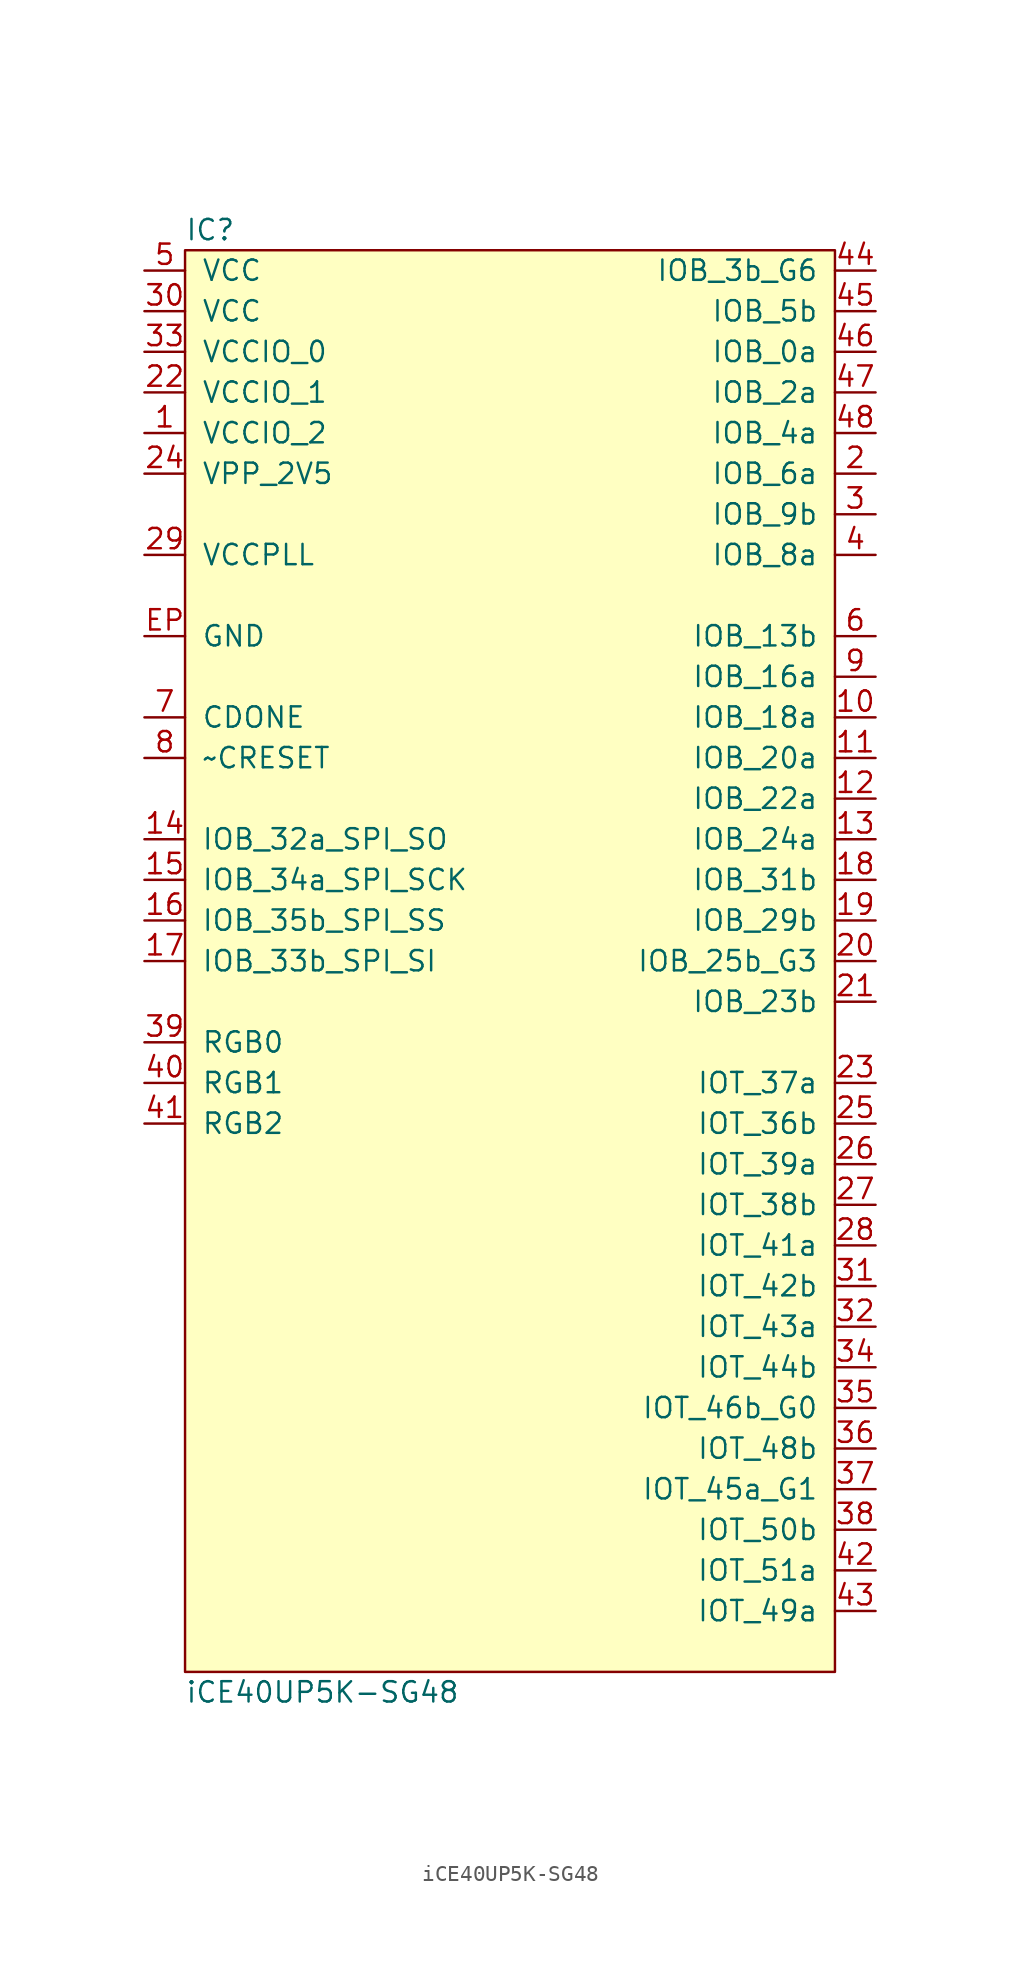
<source format=kicad_sym>
(kicad_symbol_lib
  (version 20211014)
  (generator agg_kicad.build_lib_ic)
  (symbol "iCE40UP5K-SG48"
    (pin_names
      (offset 1.016))
    (property Reference IC
      (at -20.32 45.72 0)
      (effects (font (size 1.27 1.27)) (justify left)))
    (property Value "iCE40UP5K-SG48"
      (at -20.32 -45.72 0)
      (effects (font (size 1.27 1.27)) (justify left)))
    (symbol "iCE40UP5K-SG48_0_0"
      (rectangle (start -20.32 44.45) (end 20.32 -44.45) (stroke (width 0) (type default) (color 0 0 0 0)) (fill (type background)))
      (pin power_in line (at -22.86 43.18 0) (length 2.54) (name VCC (effects (font (size 1.27 1.27)))) (number "5" (effects (font (size 1.27 1.27)))))
      (pin power_in line (at -22.86 40.64 0) (length 2.54) (name VCC (effects (font (size 1.27 1.27)))) (number "30" (effects (font (size 1.27 1.27)))))
      (pin power_in line (at -22.86 38.1 0) (length 2.54) (name "VCCIO_0" (effects (font (size 1.27 1.27)))) (number "33" (effects (font (size 1.27 1.27)))))
      (pin power_in line (at -22.86 35.56 0) (length 2.54) (name "VCCIO_1" (effects (font (size 1.27 1.27)))) (number "22" (effects (font (size 1.27 1.27)))))
      (pin power_in line (at -22.86 33.02 0) (length 2.54) (name "VCCIO_2" (effects (font (size 1.27 1.27)))) (number "1" (effects (font (size 1.27 1.27)))))
      (pin power_in line (at -22.86 30.48 0) (length 2.54) (name "VPP_2V5" (effects (font (size 1.27 1.27)))) (number "24" (effects (font (size 1.27 1.27)))))
      (pin power_in line (at -22.86 25.4 0) (length 2.54) (name VCCPLL (effects (font (size 1.27 1.27)))) (number "29" (effects (font (size 1.27 1.27)))))
      (pin power_in line (at -22.86 20.32 0) (length 2.54) (name GND (effects (font (size 1.27 1.27)))) (number EP (effects (font (size 1.27 1.27)))))
      (pin output line (at -22.86 15.24 0) (length 2.54) (name CDONE (effects (font (size 1.27 1.27)))) (number "7" (effects (font (size 1.27 1.27)))))
      (pin input line (at -22.86 12.7 0) (length 2.54) (name "~CRESET" (effects (font (size 1.27 1.27)))) (number "8" (effects (font (size 1.27 1.27)))))
      (pin bidirectional line (at -22.86 7.62 0) (length 2.54) (name "IOB_32a_SPI_SO" (effects (font (size 1.27 1.27)))) (number "14" (effects (font (size 1.27 1.27)))))
      (pin bidirectional line (at -22.86 5.08 0) (length 2.54) (name "IOB_34a_SPI_SCK" (effects (font (size 1.27 1.27)))) (number "15" (effects (font (size 1.27 1.27)))))
      (pin bidirectional line (at -22.86 2.54 0) (length 2.54) (name "IOB_35b_SPI_SS" (effects (font (size 1.27 1.27)))) (number "16" (effects (font (size 1.27 1.27)))))
      (pin bidirectional line (at -22.86 0 0) (length 2.54) (name "IOB_33b_SPI_SI" (effects (font (size 1.27 1.27)))) (number "17" (effects (font (size 1.27 1.27)))))
      (pin bidirectional line (at -22.86 -5.08 0) (length 2.54) (name "RGB0" (effects (font (size 1.27 1.27)))) (number "39" (effects (font (size 1.27 1.27)))))
      (pin bidirectional line (at -22.86 -7.62 0) (length 2.54) (name "RGB1" (effects (font (size 1.27 1.27)))) (number "40" (effects (font (size 1.27 1.27)))))
      (pin bidirectional line (at -22.86 -10.16 0) (length 2.54) (name "RGB2" (effects (font (size 1.27 1.27)))) (number "41" (effects (font (size 1.27 1.27)))))
      (pin bidirectional line (at 22.86 43.18 180) (length 2.54) (name "IOB_3b_G6" (effects (font (size 1.27 1.27)))) (number "44" (effects (font (size 1.27 1.27)))))
      (pin bidirectional line (at 22.86 40.64 180) (length 2.54) (name "IOB_5b" (effects (font (size 1.27 1.27)))) (number "45" (effects (font (size 1.27 1.27)))))
      (pin bidirectional line (at 22.86 38.1 180) (length 2.54) (name "IOB_0a" (effects (font (size 1.27 1.27)))) (number "46" (effects (font (size 1.27 1.27)))))
      (pin bidirectional line (at 22.86 35.56 180) (length 2.54) (name "IOB_2a" (effects (font (size 1.27 1.27)))) (number "47" (effects (font (size 1.27 1.27)))))
      (pin bidirectional line (at 22.86 33.02 180) (length 2.54) (name "IOB_4a" (effects (font (size 1.27 1.27)))) (number "48" (effects (font (size 1.27 1.27)))))
      (pin bidirectional line (at 22.86 30.48 180) (length 2.54) (name "IOB_6a" (effects (font (size 1.27 1.27)))) (number "2" (effects (font (size 1.27 1.27)))))
      (pin bidirectional line (at 22.86 27.94 180) (length 2.54) (name "IOB_9b" (effects (font (size 1.27 1.27)))) (number "3" (effects (font (size 1.27 1.27)))))
      (pin bidirectional line (at 22.86 25.4 180) (length 2.54) (name "IOB_8a" (effects (font (size 1.27 1.27)))) (number "4" (effects (font (size 1.27 1.27)))))
      (pin bidirectional line (at 22.86 20.32 180) (length 2.54) (name "IOB_13b" (effects (font (size 1.27 1.27)))) (number "6" (effects (font (size 1.27 1.27)))))
      (pin bidirectional line (at 22.86 17.78 180) (length 2.54) (name "IOB_16a" (effects (font (size 1.27 1.27)))) (number "9" (effects (font (size 1.27 1.27)))))
      (pin bidirectional line (at 22.86 15.24 180) (length 2.54) (name "IOB_18a" (effects (font (size 1.27 1.27)))) (number "10" (effects (font (size 1.27 1.27)))))
      (pin bidirectional line (at 22.86 12.7 180) (length 2.54) (name "IOB_20a" (effects (font (size 1.27 1.27)))) (number "11" (effects (font (size 1.27 1.27)))))
      (pin bidirectional line (at 22.86 10.16 180) (length 2.54) (name "IOB_22a" (effects (font (size 1.27 1.27)))) (number "12" (effects (font (size 1.27 1.27)))))
      (pin bidirectional line (at 22.86 7.62 180) (length 2.54) (name "IOB_24a" (effects (font (size 1.27 1.27)))) (number "13" (effects (font (size 1.27 1.27)))))
      (pin bidirectional line (at 22.86 5.08 180) (length 2.54) (name "IOB_31b" (effects (font (size 1.27 1.27)))) (number "18" (effects (font (size 1.27 1.27)))))
      (pin bidirectional line (at 22.86 2.54 180) (length 2.54) (name "IOB_29b" (effects (font (size 1.27 1.27)))) (number "19" (effects (font (size 1.27 1.27)))))
      (pin bidirectional line (at 22.86 0 180) (length 2.54) (name "IOB_25b_G3" (effects (font (size 1.27 1.27)))) (number "20" (effects (font (size 1.27 1.27)))))
      (pin bidirectional line (at 22.86 -2.54 180) (length 2.54) (name "IOB_23b" (effects (font (size 1.27 1.27)))) (number "21" (effects (font (size 1.27 1.27)))))
      (pin bidirectional line (at 22.86 -7.62 180) (length 2.54) (name "IOT_37a" (effects (font (size 1.27 1.27)))) (number "23" (effects (font (size 1.27 1.27)))))
      (pin bidirectional line (at 22.86 -10.16 180) (length 2.54) (name "IOT_36b" (effects (font (size 1.27 1.27)))) (number "25" (effects (font (size 1.27 1.27)))))
      (pin bidirectional line (at 22.86 -12.7 180) (length 2.54) (name "IOT_39a" (effects (font (size 1.27 1.27)))) (number "26" (effects (font (size 1.27 1.27)))))
      (pin bidirectional line (at 22.86 -15.24 180) (length 2.54) (name "IOT_38b" (effects (font (size 1.27 1.27)))) (number "27" (effects (font (size 1.27 1.27)))))
      (pin bidirectional line (at 22.86 -17.78 180) (length 2.54) (name "IOT_41a" (effects (font (size 1.27 1.27)))) (number "28" (effects (font (size 1.27 1.27)))))
      (pin bidirectional line (at 22.86 -20.32 180) (length 2.54) (name "IOT_42b" (effects (font (size 1.27 1.27)))) (number "31" (effects (font (size 1.27 1.27)))))
      (pin bidirectional line (at 22.86 -22.86 180) (length 2.54) (name "IOT_43a" (effects (font (size 1.27 1.27)))) (number "32" (effects (font (size 1.27 1.27)))))
      (pin bidirectional line (at 22.86 -25.4 180) (length 2.54) (name "IOT_44b" (effects (font (size 1.27 1.27)))) (number "34" (effects (font (size 1.27 1.27)))))
      (pin bidirectional line (at 22.86 -27.94 180) (length 2.54) (name "IOT_46b_G0" (effects (font (size 1.27 1.27)))) (number "35" (effects (font (size 1.27 1.27)))))
      (pin bidirectional line (at 22.86 -30.48 180) (length 2.54) (name "IOT_48b" (effects (font (size 1.27 1.27)))) (number "36" (effects (font (size 1.27 1.27)))))
      (pin bidirectional line (at 22.86 -33.02 180) (length 2.54) (name "IOT_45a_G1" (effects (font (size 1.27 1.27)))) (number "37" (effects (font (size 1.27 1.27)))))
      (pin bidirectional line (at 22.86 -35.56 180) (length 2.54) (name "IOT_50b" (effects (font (size 1.27 1.27)))) (number "38" (effects (font (size 1.27 1.27)))))
      (pin bidirectional line (at 22.86 -38.1 180) (length 2.54) (name "IOT_51a" (effects (font (size 1.27 1.27)))) (number "42" (effects (font (size 1.27 1.27)))))
      (pin bidirectional line (at 22.86 -40.64 180) (length 2.54) (name "IOT_49a" (effects (font (size 1.27 1.27)))) (number "43" (effects (font (size 1.27 1.27))))))))
</source>
